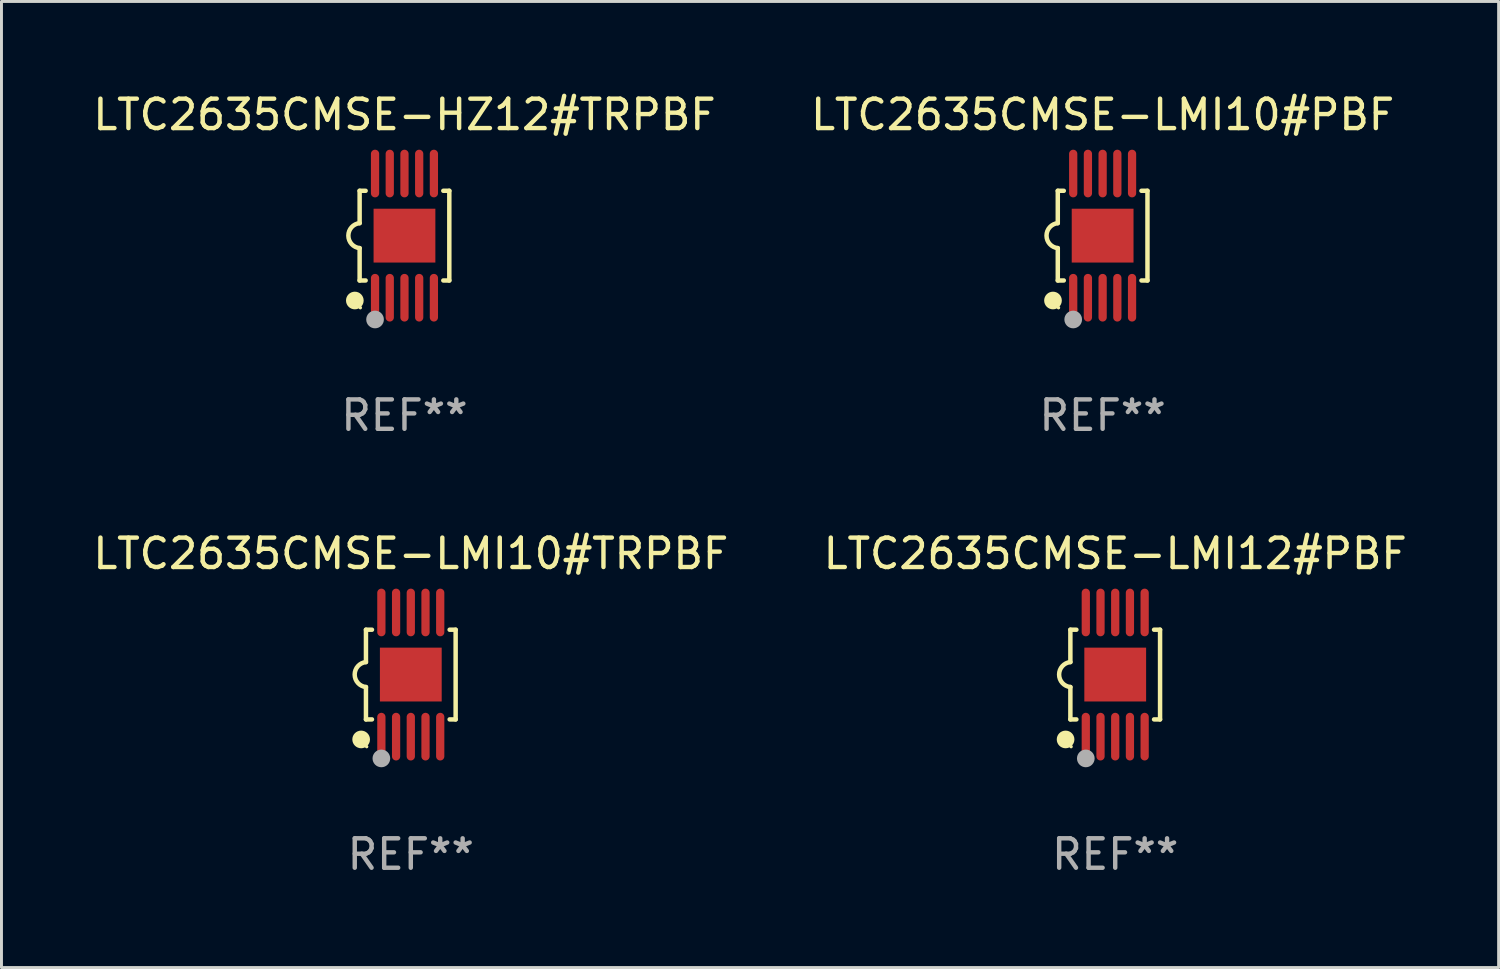
<source format=kicad_pcb>
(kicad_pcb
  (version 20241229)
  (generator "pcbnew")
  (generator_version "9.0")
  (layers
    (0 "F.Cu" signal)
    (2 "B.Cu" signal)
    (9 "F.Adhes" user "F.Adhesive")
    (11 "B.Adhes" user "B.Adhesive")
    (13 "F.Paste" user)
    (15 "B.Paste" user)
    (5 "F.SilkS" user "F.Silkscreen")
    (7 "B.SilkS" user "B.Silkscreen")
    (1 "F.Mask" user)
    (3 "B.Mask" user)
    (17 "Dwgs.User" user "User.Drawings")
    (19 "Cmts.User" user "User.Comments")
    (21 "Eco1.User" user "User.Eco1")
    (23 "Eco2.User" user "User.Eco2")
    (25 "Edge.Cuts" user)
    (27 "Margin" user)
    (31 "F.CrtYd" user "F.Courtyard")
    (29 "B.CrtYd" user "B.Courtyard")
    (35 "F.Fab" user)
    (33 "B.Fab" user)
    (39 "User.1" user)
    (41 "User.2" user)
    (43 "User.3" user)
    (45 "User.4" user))
  (footprint "LTC2635CMSE-LMI10#TRPBF"
    (layer "F.Cu")
    (at 10.911 19.875)
    (property "Reference" "LTC2635CMSE-LMI10#TRPBF" (at 0 -4.11 0) (layer "F.SilkS") (effects (font (size 1 1) (thickness 0.15))))
    (attr through_hole)
    (fp_line (start -1.524 -1.524) (end -1.524 -0.424) (stroke (width 0.152) (type solid)) (layer "F.SilkS"))
    (fp_line (start -1.524 1.524) (end -1.524 0.424) (stroke (width 0.152) (type solid)) (layer "F.SilkS"))
    (fp_line (start -1.524 1.524) (end -1.32 1.524) (stroke (width 0.152) (type solid)) (layer "F.SilkS"))
    (fp_line (start -1.32 -1.524) (end -1.524 -1.524) (stroke (width 0.152) (type solid)) (layer "F.SilkS"))
    (fp_line (start 1.32 1.524) (end 1.524 1.524) (stroke (width 0.152) (type solid)) (layer "F.SilkS"))
    (fp_line (start 1.524 -1.524) (end 1.32 -1.524) (stroke (width 0.152) (type solid)) (layer "F.SilkS"))
    (fp_line (start 1.524 1.524) (end 1.524 -1.524) (stroke (width 0.152) (type solid)) (layer "F.SilkS"))
    (fp_arc (start -1.524003 0.424003) (mid -1.906663 -0.000089) (end -1.524004 -0.424181) (stroke (width 0.151994) (type solid)) (layer "F.SilkS"))
    (fp_circle (center -1.687 2.205) (end -1.537 2.205) (stroke (width 0.3) (type solid)) (fill no) (layer "F.SilkS"))
    (fp_circle (center -1.5 2.45) (end -1.47 2.45) (stroke (width 0.06) (type solid)) (fill no) (layer "F.SilkS"))
    (fp_circle (center -1 2.85) (end -0.85 2.85) (stroke (width 0.3) (type solid)) (fill no) (layer "F.Fab"))
    (fp_text user "REF**" (at 0 6.11 0) (layer "F.Fab") (effects (font (size 1 1) (thickness 0.15))))
    (pad "1" smd oval (at -1 2.11) (size 0.28 1.62) (layers "F.Cu" "F.Mask" "F.Paste"))
    (pad "2" smd oval (at -0.5 2.11) (size 0.28 1.62) (layers "F.Cu" "F.Mask" "F.Paste"))
    (pad "3" smd oval (at 0 2.11) (size 0.28 1.62) (layers "F.Cu" "F.Mask" "F.Paste"))
    (pad "4" smd oval (at 0.5 2.11) (size 0.28 1.62) (layers "F.Cu" "F.Mask" "F.Paste"))
    (pad "5" smd oval (at 1 2.11) (size 0.28 1.62) (layers "F.Cu" "F.Mask" "F.Paste"))
    (pad "6" smd oval (at 1 -2.11) (size 0.28 1.62) (layers "F.Cu" "F.Mask" "F.Paste"))
    (pad "7" smd oval (at 0.5 -2.11) (size 0.28 1.62) (layers "F.Cu" "F.Mask" "F.Paste"))
    (pad "8" smd oval (at 0 -2.11) (size 0.28 1.62) (layers "F.Cu" "F.Mask" "F.Paste"))
    (pad "9" smd oval (at -0.5 -2.11) (size 0.28 1.62) (layers "F.Cu" "F.Mask" "F.Paste"))
    (pad "10" smd oval (at -1 -2.11) (size 0.28 1.62) (layers "F.Cu" "F.Mask" "F.Paste"))
    (pad "11" smd rect (at 0 0) (size 2.1 1.83) (layers "F.Cu" "F.Mask" "F.Paste")))
  (footprint "LTC2635CMSE-LMI10#PBF"
    (layer "F.Cu")
    (at 34.423 4.958)
    (property "Reference" "LTC2635CMSE-LMI10#PBF" (at 0 -4.11 0) (layer "F.SilkS") (effects (font (size 1 1) (thickness 0.15))))
    (attr through_hole)
    (fp_line (start -1.524 -1.524) (end -1.524 -0.424) (stroke (width 0.152) (type solid)) (layer "F.SilkS"))
    (fp_line (start -1.524 1.524) (end -1.524 0.424) (stroke (width 0.152) (type solid)) (layer "F.SilkS"))
    (fp_line (start -1.524 1.524) (end -1.32 1.524) (stroke (width 0.152) (type solid)) (layer "F.SilkS"))
    (fp_line (start -1.32 -1.524) (end -1.524 -1.524) (stroke (width 0.152) (type solid)) (layer "F.SilkS"))
    (fp_line (start 1.32 1.524) (end 1.524 1.524) (stroke (width 0.152) (type solid)) (layer "F.SilkS"))
    (fp_line (start 1.524 -1.524) (end 1.32 -1.524) (stroke (width 0.152) (type solid)) (layer "F.SilkS"))
    (fp_line (start 1.524 1.524) (end 1.524 -1.524) (stroke (width 0.152) (type solid)) (layer "F.SilkS"))
    (fp_arc (start -1.524003 0.424003) (mid -1.906663 -0.000089) (end -1.524004 -0.424181) (stroke (width 0.151994) (type solid)) (layer "F.SilkS"))
    (fp_circle (center -1.687 2.205) (end -1.537 2.205) (stroke (width 0.3) (type solid)) (fill no) (layer "F.SilkS"))
    (fp_circle (center -1.5 2.45) (end -1.47 2.45) (stroke (width 0.06) (type solid)) (fill no) (layer "F.SilkS"))
    (fp_circle (center -1 2.85) (end -0.85 2.85) (stroke (width 0.3) (type solid)) (fill no) (layer "F.Fab"))
    (fp_text user "REF**" (at 0 6.11 0) (layer "F.Fab") (effects (font (size 1 1) (thickness 0.15))))
    (pad "1" smd oval (at -1 2.11) (size 0.28 1.62) (layers "F.Cu" "F.Mask" "F.Paste"))
    (pad "2" smd oval (at -0.5 2.11) (size 0.28 1.62) (layers "F.Cu" "F.Mask" "F.Paste"))
    (pad "3" smd oval (at 0 2.11) (size 0.28 1.62) (layers "F.Cu" "F.Mask" "F.Paste"))
    (pad "4" smd oval (at 0.5 2.11) (size 0.28 1.62) (layers "F.Cu" "F.Mask" "F.Paste"))
    (pad "5" smd oval (at 1 2.11) (size 0.28 1.62) (layers "F.Cu" "F.Mask" "F.Paste"))
    (pad "6" smd oval (at 1 -2.11) (size 0.28 1.62) (layers "F.Cu" "F.Mask" "F.Paste"))
    (pad "7" smd oval (at 0.5 -2.11) (size 0.28 1.62) (layers "F.Cu" "F.Mask" "F.Paste"))
    (pad "8" smd oval (at 0 -2.11) (size 0.28 1.62) (layers "F.Cu" "F.Mask" "F.Paste"))
    (pad "9" smd oval (at -0.5 -2.11) (size 0.28 1.62) (layers "F.Cu" "F.Mask" "F.Paste"))
    (pad "10" smd oval (at -1 -2.11) (size 0.28 1.62) (layers "F.Cu" "F.Mask" "F.Paste"))
    (pad "11" smd rect (at 0 0) (size 2.1 1.83) (layers "F.Cu" "F.Mask" "F.Paste")))
  (footprint "LTC2635CMSE-LMI12#PBF"
    (layer "F.Cu")
    (at 34.851 19.875)
    (property "Reference" "LTC2635CMSE-LMI12#PBF" (at 0 -4.11 0) (layer "F.SilkS") (effects (font (size 1 1) (thickness 0.15))))
    (attr through_hole)
    (fp_line (start -1.524 -1.524) (end -1.524 -0.424) (stroke (width 0.152) (type solid)) (layer "F.SilkS"))
    (fp_line (start -1.524 1.524) (end -1.524 0.424) (stroke (width 0.152) (type solid)) (layer "F.SilkS"))
    (fp_line (start -1.524 1.524) (end -1.32 1.524) (stroke (width 0.152) (type solid)) (layer "F.SilkS"))
    (fp_line (start -1.32 -1.524) (end -1.524 -1.524) (stroke (width 0.152) (type solid)) (layer "F.SilkS"))
    (fp_line (start 1.32 1.524) (end 1.524 1.524) (stroke (width 0.152) (type solid)) (layer "F.SilkS"))
    (fp_line (start 1.524 -1.524) (end 1.32 -1.524) (stroke (width 0.152) (type solid)) (layer "F.SilkS"))
    (fp_line (start 1.524 1.524) (end 1.524 -1.524) (stroke (width 0.152) (type solid)) (layer "F.SilkS"))
    (fp_arc (start -1.524003 0.424003) (mid -1.906663 -0.000089) (end -1.524004 -0.424181) (stroke (width 0.151994) (type solid)) (layer "F.SilkS"))
    (fp_circle (center -1.687 2.205) (end -1.537 2.205) (stroke (width 0.3) (type solid)) (fill no) (layer "F.SilkS"))
    (fp_circle (center -1.5 2.45) (end -1.47 2.45) (stroke (width 0.06) (type solid)) (fill no) (layer "F.SilkS"))
    (fp_circle (center -1 2.85) (end -0.85 2.85) (stroke (width 0.3) (type solid)) (fill no) (layer "F.Fab"))
    (fp_text user "REF**" (at 0 6.11 0) (layer "F.Fab") (effects (font (size 1 1) (thickness 0.15))))
    (pad "1" smd oval (at -1 2.11) (size 0.28 1.62) (layers "F.Cu" "F.Mask" "F.Paste"))
    (pad "2" smd oval (at -0.5 2.11) (size 0.28 1.62) (layers "F.Cu" "F.Mask" "F.Paste"))
    (pad "3" smd oval (at 0 2.11) (size 0.28 1.62) (layers "F.Cu" "F.Mask" "F.Paste"))
    (pad "4" smd oval (at 0.5 2.11) (size 0.28 1.62) (layers "F.Cu" "F.Mask" "F.Paste"))
    (pad "5" smd oval (at 1 2.11) (size 0.28 1.62) (layers "F.Cu" "F.Mask" "F.Paste"))
    (pad "6" smd oval (at 1 -2.11) (size 0.28 1.62) (layers "F.Cu" "F.Mask" "F.Paste"))
    (pad "7" smd oval (at 0.5 -2.11) (size 0.28 1.62) (layers "F.Cu" "F.Mask" "F.Paste"))
    (pad "8" smd oval (at 0 -2.11) (size 0.28 1.62) (layers "F.Cu" "F.Mask" "F.Paste"))
    (pad "9" smd oval (at -0.5 -2.11) (size 0.28 1.62) (layers "F.Cu" "F.Mask" "F.Paste"))
    (pad "10" smd oval (at -1 -2.11) (size 0.28 1.62) (layers "F.Cu" "F.Mask" "F.Paste"))
    (pad "11" smd rect (at 0 0) (size 2.1 1.83) (layers "F.Cu" "F.Mask" "F.Paste")))
  (footprint "LTC2635CMSE-HZ12#TRPBF"
    (layer "F.Cu")
    (at 10.696 4.958)
    (property "Reference" "LTC2635CMSE-HZ12#TRPBF" (at 0 -4.11 0) (layer "F.SilkS") (effects (font (size 1 1) (thickness 0.15))))
    (attr through_hole)
    (fp_line (start -1.524 -1.524) (end -1.524 -0.424) (stroke (width 0.152) (type solid)) (layer "F.SilkS"))
    (fp_line (start -1.524 1.524) (end -1.524 0.424) (stroke (width 0.152) (type solid)) (layer "F.SilkS"))
    (fp_line (start -1.524 1.524) (end -1.32 1.524) (stroke (width 0.152) (type solid)) (layer "F.SilkS"))
    (fp_line (start -1.32 -1.524) (end -1.524 -1.524) (stroke (width 0.152) (type solid)) (layer "F.SilkS"))
    (fp_line (start 1.32 1.524) (end 1.524 1.524) (stroke (width 0.152) (type solid)) (layer "F.SilkS"))
    (fp_line (start 1.524 -1.524) (end 1.32 -1.524) (stroke (width 0.152) (type solid)) (layer "F.SilkS"))
    (fp_line (start 1.524 1.524) (end 1.524 -1.524) (stroke (width 0.152) (type solid)) (layer "F.SilkS"))
    (fp_arc (start -1.524003 0.424003) (mid -1.906663 -0.000089) (end -1.524004 -0.424181) (stroke (width 0.151994) (type solid)) (layer "F.SilkS"))
    (fp_circle (center -1.687 2.205) (end -1.537 2.205) (stroke (width 0.3) (type solid)) (fill no) (layer "F.SilkS"))
    (fp_circle (center -1.5 2.45) (end -1.47 2.45) (stroke (width 0.06) (type solid)) (fill no) (layer "F.SilkS"))
    (fp_circle (center -1 2.85) (end -0.85 2.85) (stroke (width 0.3) (type solid)) (fill no) (layer "F.Fab"))
    (fp_text user "REF**" (at 0 6.11 0) (layer "F.Fab") (effects (font (size 1 1) (thickness 0.15))))
    (pad "1" smd oval (at -1 2.11) (size 0.28 1.62) (layers "F.Cu" "F.Mask" "F.Paste"))
    (pad "2" smd oval (at -0.5 2.11) (size 0.28 1.62) (layers "F.Cu" "F.Mask" "F.Paste"))
    (pad "3" smd oval (at 0 2.11) (size 0.28 1.62) (layers "F.Cu" "F.Mask" "F.Paste"))
    (pad "4" smd oval (at 0.5 2.11) (size 0.28 1.62) (layers "F.Cu" "F.Mask" "F.Paste"))
    (pad "5" smd oval (at 1 2.11) (size 0.28 1.62) (layers "F.Cu" "F.Mask" "F.Paste"))
    (pad "6" smd oval (at 1 -2.11) (size 0.28 1.62) (layers "F.Cu" "F.Mask" "F.Paste"))
    (pad "7" smd oval (at 0.5 -2.11) (size 0.28 1.62) (layers "F.Cu" "F.Mask" "F.Paste"))
    (pad "8" smd oval (at 0 -2.11) (size 0.28 1.62) (layers "F.Cu" "F.Mask" "F.Paste"))
    (pad "9" smd oval (at -0.5 -2.11) (size 0.28 1.62) (layers "F.Cu" "F.Mask" "F.Paste"))
    (pad "10" smd oval (at -1 -2.11) (size 0.28 1.62) (layers "F.Cu" "F.Mask" "F.Paste"))
    (pad "11" smd rect (at 0 0) (size 2.1 1.83) (layers "F.Cu" "F.Mask" "F.Paste")))
  (gr_rect
    (start -3 -3)
    (end 47.881 29.833)
    (stroke (width 0.1) (type default))
    (fill no)
    (layer "Edge.Cuts")))
</source>
